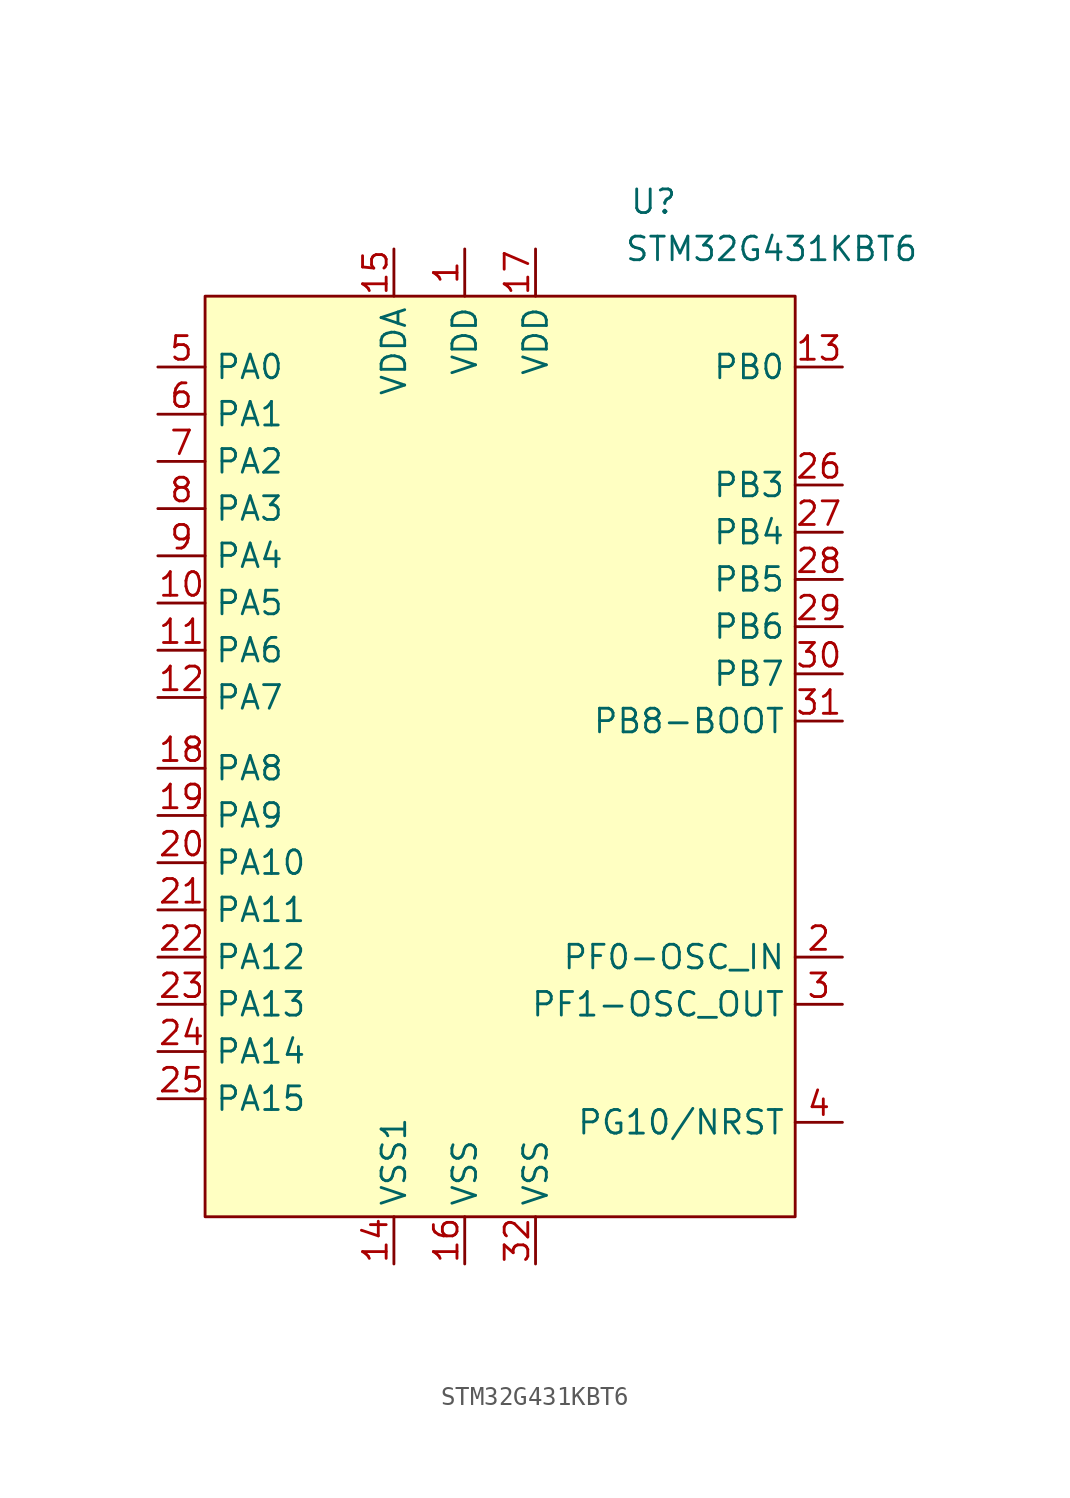
<source format=kicad_sym>
(kicad_symbol_lib
  (version 20211014)
  (generator kicad_symbol_editor)
  (symbol "STM32G431KBT6"
    (property "Reference" "U"
      (at 17.78 -8.89 0)
      (effects (font (size 1.27 1.27))))
    (property "Value" "STM32G431KBT6"
      (at 24.13 -11.43 0)
      (effects (font (size 1.27 1.27))))
    (symbol "STM32G431KBT6_0_1"
      (rectangle (start -6.35 -13.97) (end 25.4 -63.5) (stroke (width 0) (type default) (color 0 0 0 0)) (fill (type background))))
    (symbol "STM32G431KBT6_1_1"
      (pin power_in line (at 7.62 -11.43 270) (length 2.54) (name "VDD" (effects (font (size 1.27 1.27)))) (number "1" (effects (font (size 1.27 1.27)))))
      (pin bidirectional line (at -8.89 -30.48 0) (length 2.54) (name "PA5" (effects (font (size 1.27 1.27)))) (number "10" (effects (font (size 1.27 1.27)))))
      (pin bidirectional line (at -8.89 -33.02 0) (length 2.54) (name "PA6" (effects (font (size 1.27 1.27)))) (number "11" (effects (font (size 1.27 1.27)))))
      (pin bidirectional line (at -8.89 -35.56 0) (length 2.54) (name "PA7" (effects (font (size 1.27 1.27)))) (number "12" (effects (font (size 1.27 1.27)))))
      (pin bidirectional line (at 27.94 -17.78 180) (length 2.54) (name "PB0" (effects (font (size 1.27 1.27)))) (number "13" (effects (font (size 1.27 1.27)))))
      (pin power_in line (at 3.81 -66.04 90) (length 2.54) (name "VSS1" (effects (font (size 1.27 1.27)))) (number "14" (effects (font (size 1.27 1.27)))))
      (pin power_in line (at 3.81 -11.43 270) (length 2.54) (name "VDDA" (effects (font (size 1.27 1.27)))) (number "15" (effects (font (size 1.27 1.27)))))
      (pin power_in line (at 7.62 -66.04 90) (length 2.54) (name "VSS" (effects (font (size 1.27 1.27)))) (number "16" (effects (font (size 1.27 1.27)))))
      (pin power_in line (at 11.43 -11.43 270) (length 2.54) (name "VDD" (effects (font (size 1.27 1.27)))) (number "17" (effects (font (size 1.27 1.27)))))
      (pin bidirectional line (at -8.89 -39.37 0) (length 2.54) (name "PA8" (effects (font (size 1.27 1.27)))) (number "18" (effects (font (size 1.27 1.27)))))
      (pin bidirectional line (at -8.89 -41.91 0) (length 2.54) (name "PA9" (effects (font (size 1.27 1.27)))) (number "19" (effects (font (size 1.27 1.27)))))
      (pin bidirectional line (at 27.94 -49.53 180) (length 2.54) (name "PF0-OSC_IN" (effects (font (size 1.27 1.27)))) (number "2" (effects (font (size 1.27 1.27)))))
      (pin bidirectional line (at -8.89 -44.45 0) (length 2.54) (name "PA10" (effects (font (size 1.27 1.27)))) (number "20" (effects (font (size 1.27 1.27)))))
      (pin bidirectional line (at -8.89 -46.99 0) (length 2.54) (name "PA11" (effects (font (size 1.27 1.27)))) (number "21" (effects (font (size 1.27 1.27)))))
      (pin bidirectional line (at -8.89 -49.53 0) (length 2.54) (name "PA12" (effects (font (size 1.27 1.27)))) (number "22" (effects (font (size 1.27 1.27)))))
      (pin bidirectional line (at -8.89 -52.07 0) (length 2.54) (name "PA13" (effects (font (size 1.27 1.27)))) (number "23" (effects (font (size 1.27 1.27)))))
      (pin bidirectional line (at -8.89 -54.61 0) (length 2.54) (name "PA14" (effects (font (size 1.27 1.27)))) (number "24" (effects (font (size 1.27 1.27)))))
      (pin bidirectional line (at -8.89 -57.15 0) (length 2.54) (name "PA15" (effects (font (size 1.27 1.27)))) (number "25" (effects (font (size 1.27 1.27)))))
      (pin bidirectional line (at 27.94 -24.13 180) (length 2.54) (name "PB3" (effects (font (size 1.27 1.27)))) (number "26" (effects (font (size 1.27 1.27)))))
      (pin bidirectional line (at 27.94 -26.67 180) (length 2.54) (name "PB4" (effects (font (size 1.27 1.27)))) (number "27" (effects (font (size 1.27 1.27)))))
      (pin bidirectional line (at 27.94 -29.21 180) (length 2.54) (name "PB5" (effects (font (size 1.27 1.27)))) (number "28" (effects (font (size 1.27 1.27)))))
      (pin bidirectional line (at 27.94 -31.75 180) (length 2.54) (name "PB6" (effects (font (size 1.27 1.27)))) (number "29" (effects (font (size 1.27 1.27)))))
      (pin bidirectional line (at 27.94 -52.07 180) (length 2.54) (name "PF1-OSC_OUT" (effects (font (size 1.27 1.27)))) (number "3" (effects (font (size 1.27 1.27)))))
      (pin bidirectional line (at 27.94 -34.29 180) (length 2.54) (name "PB7" (effects (font (size 1.27 1.27)))) (number "30" (effects (font (size 1.27 1.27)))))
      (pin bidirectional line (at 27.94 -36.83 180) (length 2.54) (name "PB8-BOOT" (effects (font (size 1.27 1.27)))) (number "31" (effects (font (size 1.27 1.27)))))
      (pin power_in line (at 11.43 -66.04 90) (length 2.54) (name "VSS" (effects (font (size 1.27 1.27)))) (number "32" (effects (font (size 1.27 1.27)))))
      (pin bidirectional line (at 27.94 -58.42 180) (length 2.54) (name "PG10/NRST" (effects (font (size 1.27 1.27)))) (number "4" (effects (font (size 1.27 1.27)))))
      (pin bidirectional line (at -8.89 -17.78 0) (length 2.54) (name "PA0" (effects (font (size 1.27 1.27)))) (number "5" (effects (font (size 1.27 1.27)))))
      (pin bidirectional line (at -8.89 -20.32 0) (length 2.54) (name "PA1" (effects (font (size 1.27 1.27)))) (number "6" (effects (font (size 1.27 1.27)))))
      (pin bidirectional line (at -8.89 -22.86 0) (length 2.54) (name "PA2" (effects (font (size 1.27 1.27)))) (number "7" (effects (font (size 1.27 1.27)))))
      (pin bidirectional line (at -8.89 -25.4 0) (length 2.54) (name "PA3" (effects (font (size 1.27 1.27)))) (number "8" (effects (font (size 1.27 1.27)))))
      (pin bidirectional line (at -8.89 -27.94 0) (length 2.54) (name "PA4" (effects (font (size 1.27 1.27)))) (number "9" (effects (font (size 1.27 1.27))))))))
</source>
